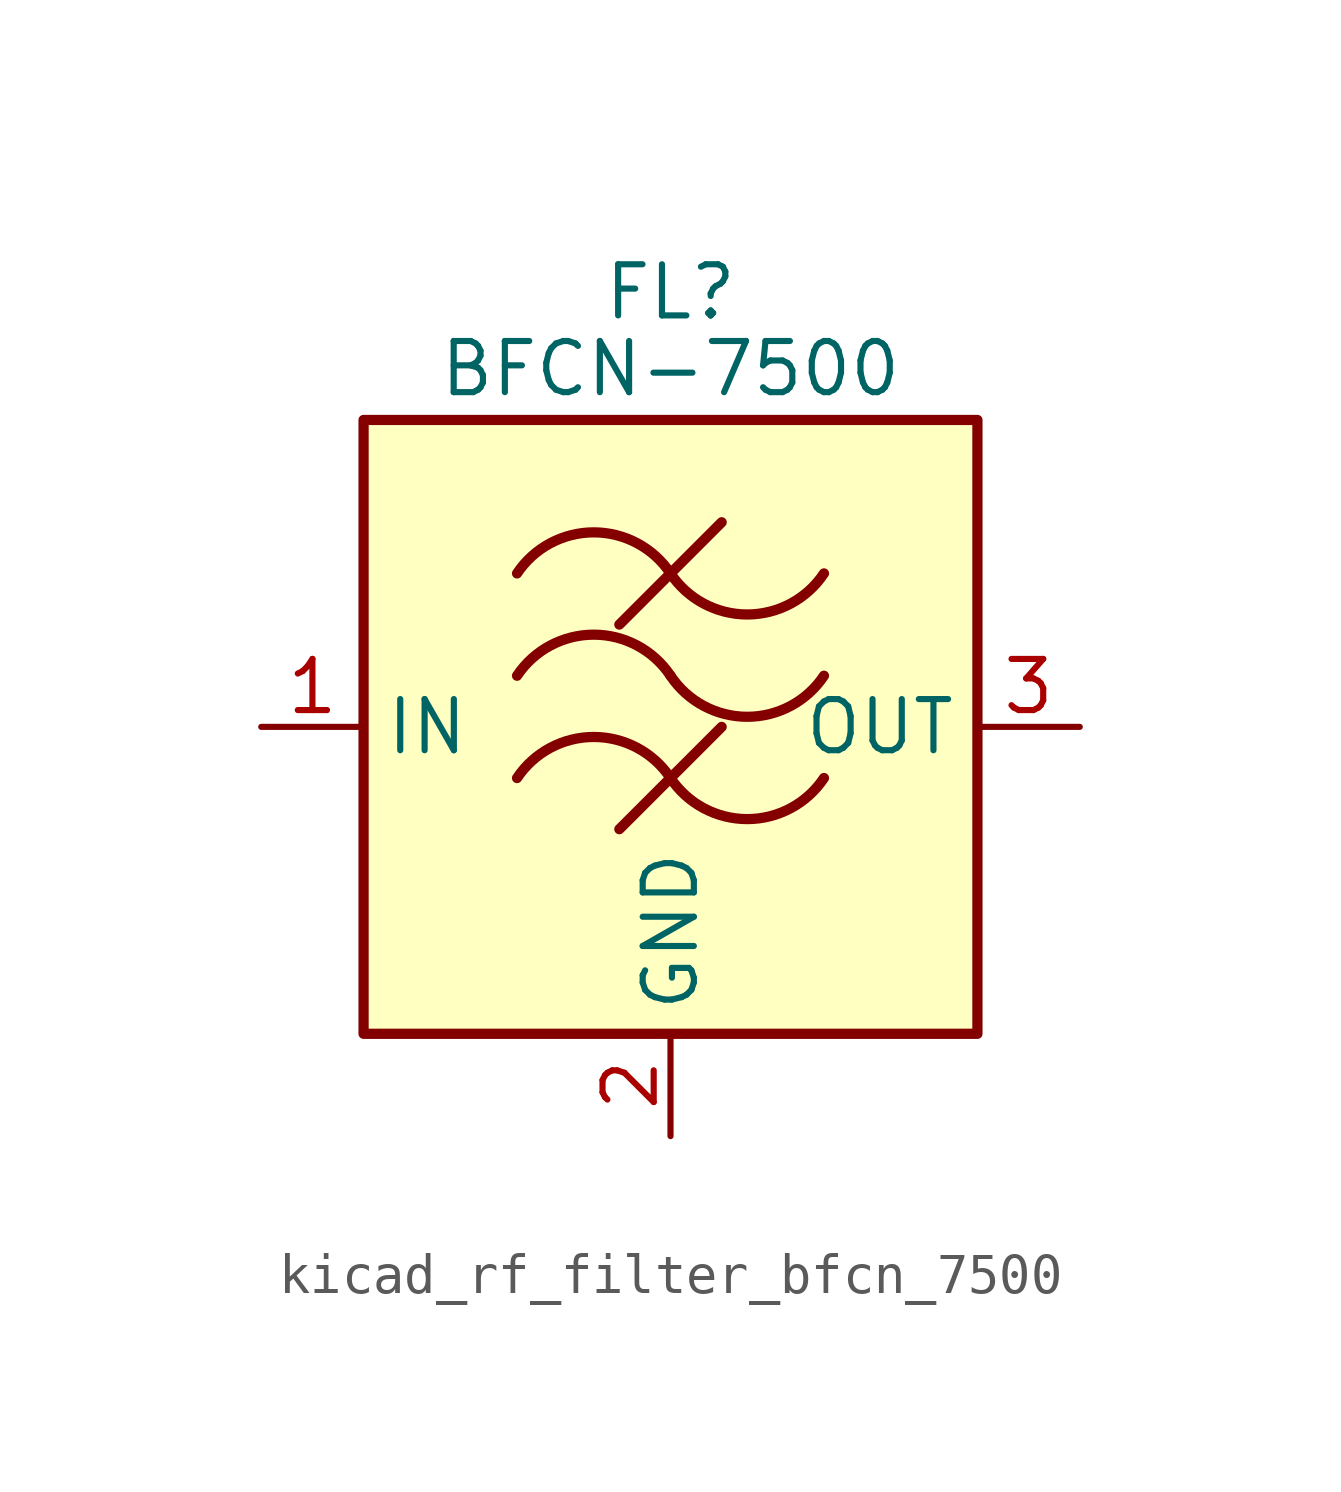
<source format=kicad_sym>
(kicad_symbol_lib
  (version 20220914)
  (generator kicad_symbol_editor)
  (symbol "kicad_rf_filter_bfcn_7500"
    (property "Reference" "FL"
      (at 0 10.795 0)
      (effects (font (size 1.27 1.27))))
    (property "Value" "BFCN-7500"
      (at 0 8.89 0)
      (effects (font (size 1.27 1.27))))
    (symbol "kicad_rf_filter_bfcn_7500_0_1"
      (rectangle (start -7.62 7.62) (end 7.62 -7.62) (stroke (width 0.254) (type default)) (fill (type background)))
      (arc (start 0 -1.27) (mid -1.905 -0.2505) (end -3.81 -1.27) (stroke (width 0.254) (type default)) (fill (type none)))
      (arc (start 0 -1.27) (mid 1.905 -2.2895) (end 3.81 -1.27) (stroke (width 0.254) (type default)) (fill (type none)))
      (polyline (pts (xy -1.27 -2.54) (xy 1.27 0)) (stroke (width 0.254) (type default)) (fill (type none)))
      (polyline (pts (xy -1.27 2.54) (xy 1.27 5.08)) (stroke (width 0.254) (type default)) (fill (type none)))
      (arc (start 0 1.27) (mid -1.905 2.2895) (end -3.81 1.27) (stroke (width 0.254) (type default)) (fill (type none)))
      (arc (start 0 1.27) (mid 1.905 0.2505) (end 3.81 1.27) (stroke (width 0.254) (type default)) (fill (type none)))
      (arc (start 0 3.81) (mid -1.905 4.8295) (end -3.81 3.81) (stroke (width 0.254) (type default)) (fill (type none)))
      (arc (start 0 3.81) (mid 1.905 2.7905) (end 3.81 3.81) (stroke (width 0.254) (type default)) (fill (type none))))
    (symbol "kicad_rf_filter_bfcn_7500_1_1"
      (pin passive line (at -10.16 0 0) (length 2.54) (name "IN" (effects (font (size 1.27 1.27)))) (number "1" (effects (font (size 1.27 1.27)))))
      (pin passive line (at 0 -10.16 90) (length 2.54) (name "GND" (effects (font (size 1.27 1.27)))) (number "2" (effects (font (size 1.27 1.27)))))
      (pin passive line (at 10.16 0 180) (length 2.54) (name "OUT" (effects (font (size 1.27 1.27)))) (number "3" (effects (font (size 1.27 1.27)))))
      (pin passive line (at 0 -10.16 90) (length 2.54) hide (name "GND" (effects (font (size 1.27 1.27)))) (number "4" (effects (font (size 1.27 1.27))))))))
</source>
